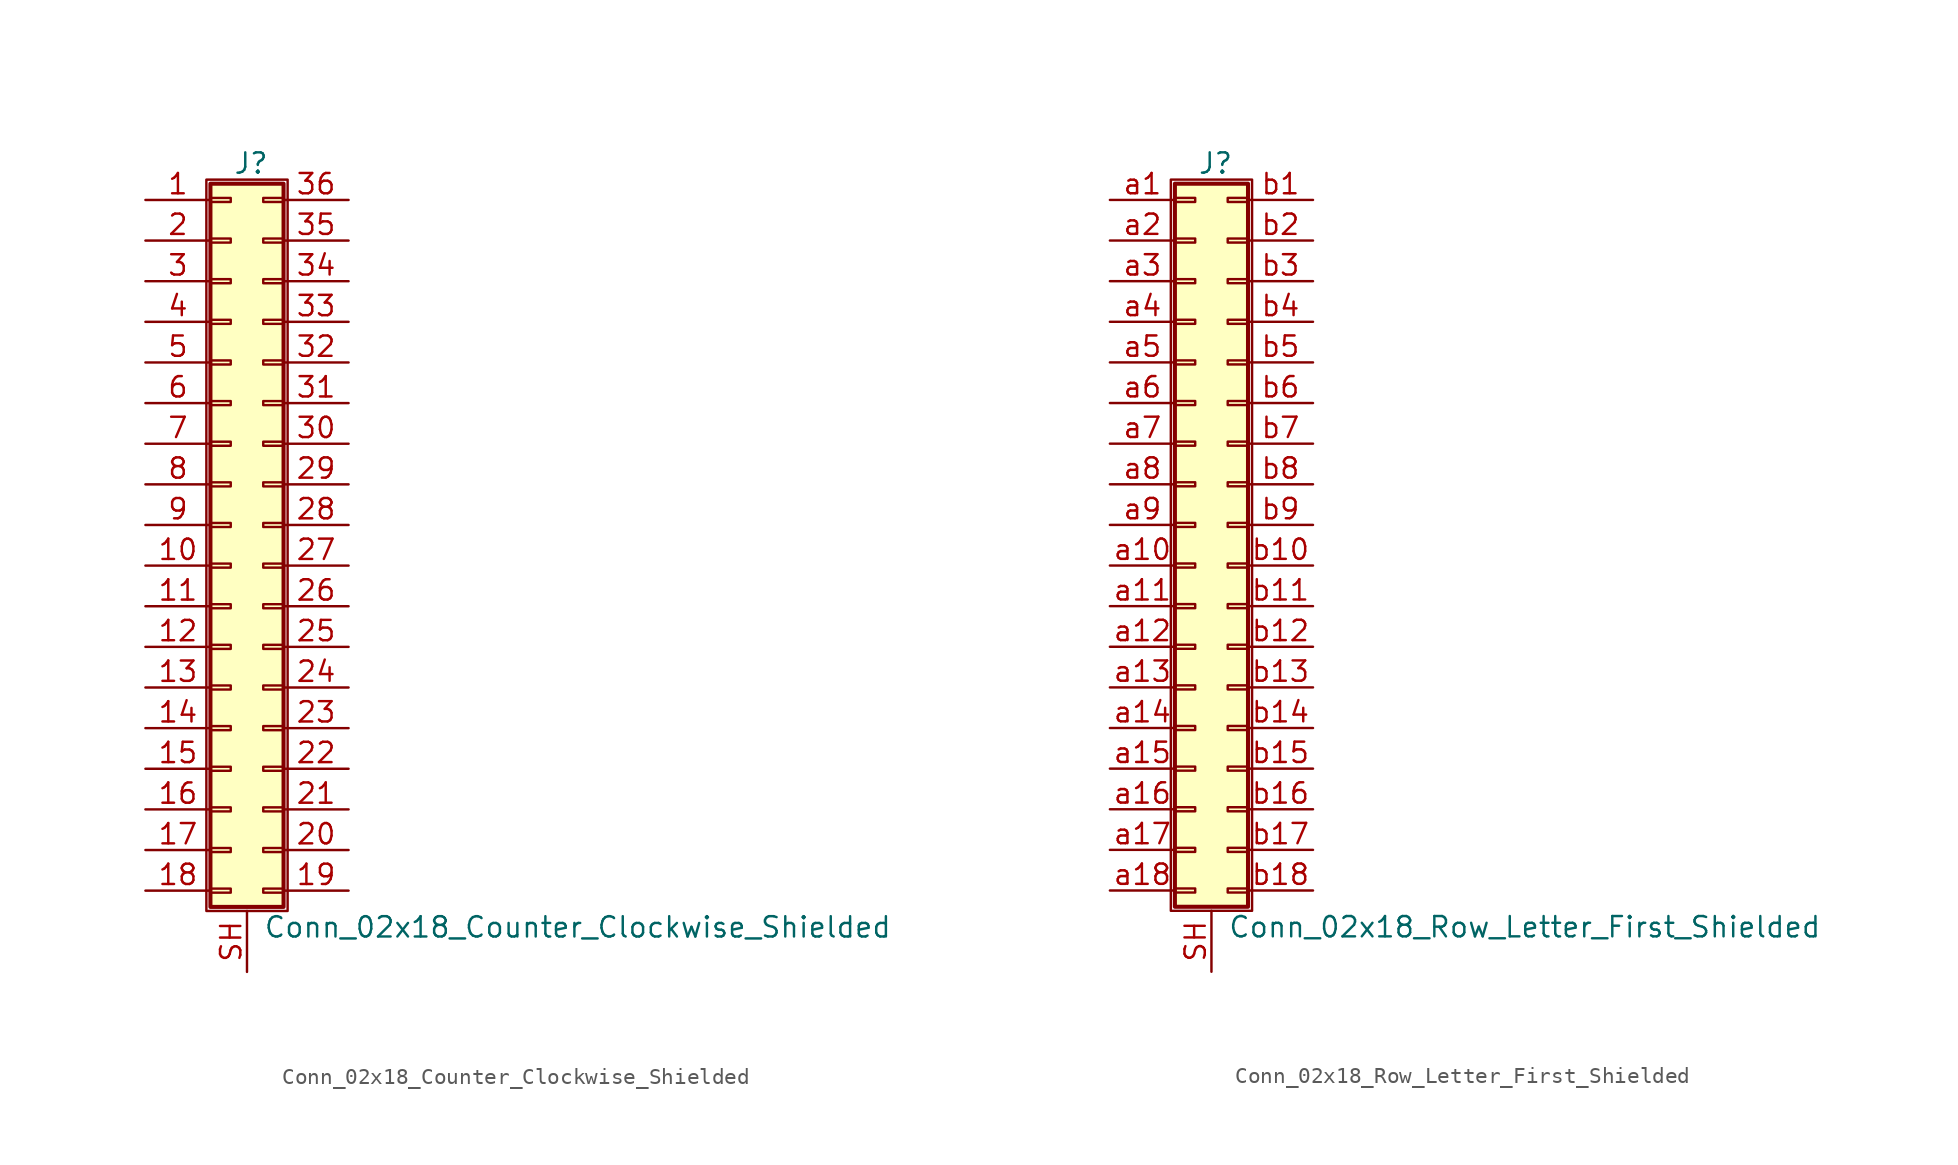
<source format=kicad_sym>
(kicad_symbol_lib
  (version 20220914)
  (generator kicad_symbol_editor)
  (symbol "Conn_02x18_Counter_Clockwise_Shielded"
    (pin_names
      (offset 1.016) hide)
    (property "Reference" "J"
      (at 1.524 22.606 0)
      (effects (font (size 1.27 1.27))))
    (property "Value" "Conn_02x18_Counter_Clockwise_Shielded"
      (at 2.286 -25.146 0)
      (effects (font (size 1.27 1.27)) (justify left)))
    (symbol "Conn_02x18_Counter_Clockwise_Shielded_1_1"
      (rectangle (start -1.27 21.59) (end 3.81 -24.13) (stroke (width 0.152) (type default)) (fill (type none)))
      (rectangle (start -1.016 -22.733) (end 0.254 -22.987) (stroke (width 0.152) (type default)) (fill (type none)))
      (rectangle (start -1.016 -20.193) (end 0.254 -20.447) (stroke (width 0.152) (type default)) (fill (type none)))
      (rectangle (start -1.016 -17.653) (end 0.254 -17.907) (stroke (width 0.152) (type default)) (fill (type none)))
      (rectangle (start -1.016 -15.113) (end 0.254 -15.367) (stroke (width 0.152) (type default)) (fill (type none)))
      (rectangle (start -1.016 -12.573) (end 0.254 -12.827) (stroke (width 0.152) (type default)) (fill (type none)))
      (rectangle (start -1.016 -10.033) (end 0.254 -10.287) (stroke (width 0.152) (type default)) (fill (type none)))
      (rectangle (start -1.016 -7.493) (end 0.254 -7.747) (stroke (width 0.152) (type default)) (fill (type none)))
      (rectangle (start -1.016 -4.953) (end 0.254 -5.207) (stroke (width 0.152) (type default)) (fill (type none)))
      (rectangle (start -1.016 -2.413) (end 0.254 -2.667) (stroke (width 0.152) (type default)) (fill (type none)))
      (rectangle (start -1.016 0.127) (end 0.254 -0.127) (stroke (width 0.152) (type default)) (fill (type none)))
      (rectangle (start -1.016 2.667) (end 0.254 2.413) (stroke (width 0.152) (type default)) (fill (type none)))
      (rectangle (start -1.016 5.207) (end 0.254 4.953) (stroke (width 0.152) (type default)) (fill (type none)))
      (rectangle (start -1.016 7.747) (end 0.254 7.493) (stroke (width 0.152) (type default)) (fill (type none)))
      (rectangle (start -1.016 10.287) (end 0.254 10.033) (stroke (width 0.152) (type default)) (fill (type none)))
      (rectangle (start -1.016 12.827) (end 0.254 12.573) (stroke (width 0.152) (type default)) (fill (type none)))
      (rectangle (start -1.016 15.367) (end 0.254 15.113) (stroke (width 0.152) (type default)) (fill (type none)))
      (rectangle (start -1.016 17.907) (end 0.254 17.653) (stroke (width 0.152) (type default)) (fill (type none)))
      (rectangle (start -1.016 20.447) (end 0.254 20.193) (stroke (width 0.152) (type default)) (fill (type none)))
      (rectangle (start -1.016 21.336) (end 3.556 -23.876) (stroke (width 0.254) (type default)) (fill (type background)))
      (rectangle (start 3.556 -22.733) (end 2.286 -22.987) (stroke (width 0.152) (type default)) (fill (type none)))
      (rectangle (start 3.556 -20.193) (end 2.286 -20.447) (stroke (width 0.152) (type default)) (fill (type none)))
      (rectangle (start 3.556 -17.653) (end 2.286 -17.907) (stroke (width 0.152) (type default)) (fill (type none)))
      (rectangle (start 3.556 -15.113) (end 2.286 -15.367) (stroke (width 0.152) (type default)) (fill (type none)))
      (rectangle (start 3.556 -12.573) (end 2.286 -12.827) (stroke (width 0.152) (type default)) (fill (type none)))
      (rectangle (start 3.556 -10.033) (end 2.286 -10.287) (stroke (width 0.152) (type default)) (fill (type none)))
      (rectangle (start 3.556 -7.493) (end 2.286 -7.747) (stroke (width 0.152) (type default)) (fill (type none)))
      (rectangle (start 3.556 -4.953) (end 2.286 -5.207) (stroke (width 0.152) (type default)) (fill (type none)))
      (rectangle (start 3.556 -2.413) (end 2.286 -2.667) (stroke (width 0.152) (type default)) (fill (type none)))
      (rectangle (start 3.556 0.127) (end 2.286 -0.127) (stroke (width 0.152) (type default)) (fill (type none)))
      (rectangle (start 3.556 2.667) (end 2.286 2.413) (stroke (width 0.152) (type default)) (fill (type none)))
      (rectangle (start 3.556 5.207) (end 2.286 4.953) (stroke (width 0.152) (type default)) (fill (type none)))
      (rectangle (start 3.556 7.747) (end 2.286 7.493) (stroke (width 0.152) (type default)) (fill (type none)))
      (rectangle (start 3.556 10.287) (end 2.286 10.033) (stroke (width 0.152) (type default)) (fill (type none)))
      (rectangle (start 3.556 12.827) (end 2.286 12.573) (stroke (width 0.152) (type default)) (fill (type none)))
      (rectangle (start 3.556 15.367) (end 2.286 15.113) (stroke (width 0.152) (type default)) (fill (type none)))
      (rectangle (start 3.556 17.907) (end 2.286 17.653) (stroke (width 0.152) (type default)) (fill (type none)))
      (rectangle (start 3.556 20.447) (end 2.286 20.193) (stroke (width 0.152) (type default)) (fill (type none)))
      (pin passive line (at -5.08 20.32 0) (length 4.064) (name "Pin_1" (effects (font (size 1.27 1.27)))) (number "1" (effects (font (size 1.27 1.27)))))
      (pin passive line (at -5.08 -2.54 0) (length 4.064) (name "Pin_10" (effects (font (size 1.27 1.27)))) (number "10" (effects (font (size 1.27 1.27)))))
      (pin passive line (at -5.08 -5.08 0) (length 4.064) (name "Pin_11" (effects (font (size 1.27 1.27)))) (number "11" (effects (font (size 1.27 1.27)))))
      (pin passive line (at -5.08 -7.62 0) (length 4.064) (name "Pin_12" (effects (font (size 1.27 1.27)))) (number "12" (effects (font (size 1.27 1.27)))))
      (pin passive line (at -5.08 -10.16 0) (length 4.064) (name "Pin_13" (effects (font (size 1.27 1.27)))) (number "13" (effects (font (size 1.27 1.27)))))
      (pin passive line (at -5.08 -12.7 0) (length 4.064) (name "Pin_14" (effects (font (size 1.27 1.27)))) (number "14" (effects (font (size 1.27 1.27)))))
      (pin passive line (at -5.08 -15.24 0) (length 4.064) (name "Pin_15" (effects (font (size 1.27 1.27)))) (number "15" (effects (font (size 1.27 1.27)))))
      (pin passive line (at -5.08 -17.78 0) (length 4.064) (name "Pin_16" (effects (font (size 1.27 1.27)))) (number "16" (effects (font (size 1.27 1.27)))))
      (pin passive line (at -5.08 -20.32 0) (length 4.064) (name "Pin_17" (effects (font (size 1.27 1.27)))) (number "17" (effects (font (size 1.27 1.27)))))
      (pin passive line (at -5.08 -22.86 0) (length 4.064) (name "Pin_18" (effects (font (size 1.27 1.27)))) (number "18" (effects (font (size 1.27 1.27)))))
      (pin passive line (at 7.62 -22.86 180) (length 4.064) (name "Pin_19" (effects (font (size 1.27 1.27)))) (number "19" (effects (font (size 1.27 1.27)))))
      (pin passive line (at -5.08 17.78 0) (length 4.064) (name "Pin_2" (effects (font (size 1.27 1.27)))) (number "2" (effects (font (size 1.27 1.27)))))
      (pin passive line (at 7.62 -20.32 180) (length 4.064) (name "Pin_20" (effects (font (size 1.27 1.27)))) (number "20" (effects (font (size 1.27 1.27)))))
      (pin passive line (at 7.62 -17.78 180) (length 4.064) (name "Pin_21" (effects (font (size 1.27 1.27)))) (number "21" (effects (font (size 1.27 1.27)))))
      (pin passive line (at 7.62 -15.24 180) (length 4.064) (name "Pin_22" (effects (font (size 1.27 1.27)))) (number "22" (effects (font (size 1.27 1.27)))))
      (pin passive line (at 7.62 -12.7 180) (length 4.064) (name "Pin_23" (effects (font (size 1.27 1.27)))) (number "23" (effects (font (size 1.27 1.27)))))
      (pin passive line (at 7.62 -10.16 180) (length 4.064) (name "Pin_24" (effects (font (size 1.27 1.27)))) (number "24" (effects (font (size 1.27 1.27)))))
      (pin passive line (at 7.62 -7.62 180) (length 4.064) (name "Pin_25" (effects (font (size 1.27 1.27)))) (number "25" (effects (font (size 1.27 1.27)))))
      (pin passive line (at 7.62 -5.08 180) (length 4.064) (name "Pin_26" (effects (font (size 1.27 1.27)))) (number "26" (effects (font (size 1.27 1.27)))))
      (pin passive line (at 7.62 -2.54 180) (length 4.064) (name "Pin_27" (effects (font (size 1.27 1.27)))) (number "27" (effects (font (size 1.27 1.27)))))
      (pin passive line (at 7.62 0 180) (length 4.064) (name "Pin_28" (effects (font (size 1.27 1.27)))) (number "28" (effects (font (size 1.27 1.27)))))
      (pin passive line (at 7.62 2.54 180) (length 4.064) (name "Pin_29" (effects (font (size 1.27 1.27)))) (number "29" (effects (font (size 1.27 1.27)))))
      (pin passive line (at -5.08 15.24 0) (length 4.064) (name "Pin_3" (effects (font (size 1.27 1.27)))) (number "3" (effects (font (size 1.27 1.27)))))
      (pin passive line (at 7.62 5.08 180) (length 4.064) (name "Pin_30" (effects (font (size 1.27 1.27)))) (number "30" (effects (font (size 1.27 1.27)))))
      (pin passive line (at 7.62 7.62 180) (length 4.064) (name "Pin_31" (effects (font (size 1.27 1.27)))) (number "31" (effects (font (size 1.27 1.27)))))
      (pin passive line (at 7.62 10.16 180) (length 4.064) (name "Pin_32" (effects (font (size 1.27 1.27)))) (number "32" (effects (font (size 1.27 1.27)))))
      (pin passive line (at 7.62 12.7 180) (length 4.064) (name "Pin_33" (effects (font (size 1.27 1.27)))) (number "33" (effects (font (size 1.27 1.27)))))
      (pin passive line (at 7.62 15.24 180) (length 4.064) (name "Pin_34" (effects (font (size 1.27 1.27)))) (number "34" (effects (font (size 1.27 1.27)))))
      (pin passive line (at 7.62 17.78 180) (length 4.064) (name "Pin_35" (effects (font (size 1.27 1.27)))) (number "35" (effects (font (size 1.27 1.27)))))
      (pin passive line (at 7.62 20.32 180) (length 4.064) (name "Pin_36" (effects (font (size 1.27 1.27)))) (number "36" (effects (font (size 1.27 1.27)))))
      (pin passive line (at -5.08 12.7 0) (length 4.064) (name "Pin_4" (effects (font (size 1.27 1.27)))) (number "4" (effects (font (size 1.27 1.27)))))
      (pin passive line (at -5.08 10.16 0) (length 4.064) (name "Pin_5" (effects (font (size 1.27 1.27)))) (number "5" (effects (font (size 1.27 1.27)))))
      (pin passive line (at -5.08 7.62 0) (length 4.064) (name "Pin_6" (effects (font (size 1.27 1.27)))) (number "6" (effects (font (size 1.27 1.27)))))
      (pin passive line (at -5.08 5.08 0) (length 4.064) (name "Pin_7" (effects (font (size 1.27 1.27)))) (number "7" (effects (font (size 1.27 1.27)))))
      (pin passive line (at -5.08 2.54 0) (length 4.064) (name "Pin_8" (effects (font (size 1.27 1.27)))) (number "8" (effects (font (size 1.27 1.27)))))
      (pin passive line (at -5.08 0 0) (length 4.064) (name "Pin_9" (effects (font (size 1.27 1.27)))) (number "9" (effects (font (size 1.27 1.27)))))
      (pin passive line (at 1.27 -27.94 90) (length 3.81) (name "Shield" (effects (font (size 1.27 1.27)))) (number "SH" (effects (font (size 1.27 1.27)))))))
  (symbol "Conn_02x18_Row_Letter_First_Shielded"
    (pin_names
      (offset 1.016) hide)
    (property "Reference" "J"
      (at 1.524 22.606 0)
      (effects (font (size 1.27 1.27))))
    (property "Value" "Conn_02x18_Row_Letter_First_Shielded"
      (at 2.286 -25.146 0)
      (effects (font (size 1.27 1.27)) (justify left)))
    (symbol "Conn_02x18_Row_Letter_First_Shielded_1_1"
      (rectangle (start -1.27 21.59) (end 3.81 -24.13) (stroke (width 0.152) (type default)) (fill (type none)))
      (rectangle (start -1.016 -22.733) (end 0.254 -22.987) (stroke (width 0.152) (type default)) (fill (type none)))
      (rectangle (start -1.016 -20.193) (end 0.254 -20.447) (stroke (width 0.152) (type default)) (fill (type none)))
      (rectangle (start -1.016 -17.653) (end 0.254 -17.907) (stroke (width 0.152) (type default)) (fill (type none)))
      (rectangle (start -1.016 -15.113) (end 0.254 -15.367) (stroke (width 0.152) (type default)) (fill (type none)))
      (rectangle (start -1.016 -12.573) (end 0.254 -12.827) (stroke (width 0.152) (type default)) (fill (type none)))
      (rectangle (start -1.016 -10.033) (end 0.254 -10.287) (stroke (width 0.152) (type default)) (fill (type none)))
      (rectangle (start -1.016 -7.493) (end 0.254 -7.747) (stroke (width 0.152) (type default)) (fill (type none)))
      (rectangle (start -1.016 -4.953) (end 0.254 -5.207) (stroke (width 0.152) (type default)) (fill (type none)))
      (rectangle (start -1.016 -2.413) (end 0.254 -2.667) (stroke (width 0.152) (type default)) (fill (type none)))
      (rectangle (start -1.016 0.127) (end 0.254 -0.127) (stroke (width 0.152) (type default)) (fill (type none)))
      (rectangle (start -1.016 2.667) (end 0.254 2.413) (stroke (width 0.152) (type default)) (fill (type none)))
      (rectangle (start -1.016 5.207) (end 0.254 4.953) (stroke (width 0.152) (type default)) (fill (type none)))
      (rectangle (start -1.016 7.747) (end 0.254 7.493) (stroke (width 0.152) (type default)) (fill (type none)))
      (rectangle (start -1.016 10.287) (end 0.254 10.033) (stroke (width 0.152) (type default)) (fill (type none)))
      (rectangle (start -1.016 12.827) (end 0.254 12.573) (stroke (width 0.152) (type default)) (fill (type none)))
      (rectangle (start -1.016 15.367) (end 0.254 15.113) (stroke (width 0.152) (type default)) (fill (type none)))
      (rectangle (start -1.016 17.907) (end 0.254 17.653) (stroke (width 0.152) (type default)) (fill (type none)))
      (rectangle (start -1.016 20.447) (end 0.254 20.193) (stroke (width 0.152) (type default)) (fill (type none)))
      (rectangle (start -1.016 21.336) (end 3.556 -23.876) (stroke (width 0.254) (type default)) (fill (type background)))
      (rectangle (start 3.556 -22.733) (end 2.286 -22.987) (stroke (width 0.152) (type default)) (fill (type none)))
      (rectangle (start 3.556 -20.193) (end 2.286 -20.447) (stroke (width 0.152) (type default)) (fill (type none)))
      (rectangle (start 3.556 -17.653) (end 2.286 -17.907) (stroke (width 0.152) (type default)) (fill (type none)))
      (rectangle (start 3.556 -15.113) (end 2.286 -15.367) (stroke (width 0.152) (type default)) (fill (type none)))
      (rectangle (start 3.556 -12.573) (end 2.286 -12.827) (stroke (width 0.152) (type default)) (fill (type none)))
      (rectangle (start 3.556 -10.033) (end 2.286 -10.287) (stroke (width 0.152) (type default)) (fill (type none)))
      (rectangle (start 3.556 -7.493) (end 2.286 -7.747) (stroke (width 0.152) (type default)) (fill (type none)))
      (rectangle (start 3.556 -4.953) (end 2.286 -5.207) (stroke (width 0.152) (type default)) (fill (type none)))
      (rectangle (start 3.556 -2.413) (end 2.286 -2.667) (stroke (width 0.152) (type default)) (fill (type none)))
      (rectangle (start 3.556 0.127) (end 2.286 -0.127) (stroke (width 0.152) (type default)) (fill (type none)))
      (rectangle (start 3.556 2.667) (end 2.286 2.413) (stroke (width 0.152) (type default)) (fill (type none)))
      (rectangle (start 3.556 5.207) (end 2.286 4.953) (stroke (width 0.152) (type default)) (fill (type none)))
      (rectangle (start 3.556 7.747) (end 2.286 7.493) (stroke (width 0.152) (type default)) (fill (type none)))
      (rectangle (start 3.556 10.287) (end 2.286 10.033) (stroke (width 0.152) (type default)) (fill (type none)))
      (rectangle (start 3.556 12.827) (end 2.286 12.573) (stroke (width 0.152) (type default)) (fill (type none)))
      (rectangle (start 3.556 15.367) (end 2.286 15.113) (stroke (width 0.152) (type default)) (fill (type none)))
      (rectangle (start 3.556 17.907) (end 2.286 17.653) (stroke (width 0.152) (type default)) (fill (type none)))
      (rectangle (start 3.556 20.447) (end 2.286 20.193) (stroke (width 0.152) (type default)) (fill (type none)))
      (pin passive line (at 1.27 -27.94 90) (length 3.81) (name "Shield" (effects (font (size 1.27 1.27)))) (number "SH" (effects (font (size 1.27 1.27)))))
      (pin passive line (at -5.08 20.32 0) (length 4.064) (name "Pin_a1" (effects (font (size 1.27 1.27)))) (number "a1" (effects (font (size 1.27 1.27)))))
      (pin passive line (at -5.08 -2.54 0) (length 4.064) (name "Pin_a10" (effects (font (size 1.27 1.27)))) (number "a10" (effects (font (size 1.27 1.27)))))
      (pin passive line (at -5.08 -5.08 0) (length 4.064) (name "Pin_a11" (effects (font (size 1.27 1.27)))) (number "a11" (effects (font (size 1.27 1.27)))))
      (pin passive line (at -5.08 -7.62 0) (length 4.064) (name "Pin_a12" (effects (font (size 1.27 1.27)))) (number "a12" (effects (font (size 1.27 1.27)))))
      (pin passive line (at -5.08 -10.16 0) (length 4.064) (name "Pin_a13" (effects (font (size 1.27 1.27)))) (number "a13" (effects (font (size 1.27 1.27)))))
      (pin passive line (at -5.08 -12.7 0) (length 4.064) (name "Pin_a14" (effects (font (size 1.27 1.27)))) (number "a14" (effects (font (size 1.27 1.27)))))
      (pin passive line (at -5.08 -15.24 0) (length 4.064) (name "Pin_a15" (effects (font (size 1.27 1.27)))) (number "a15" (effects (font (size 1.27 1.27)))))
      (pin passive line (at -5.08 -17.78 0) (length 4.064) (name "Pin_a16" (effects (font (size 1.27 1.27)))) (number "a16" (effects (font (size 1.27 1.27)))))
      (pin passive line (at -5.08 -20.32 0) (length 4.064) (name "Pin_a17" (effects (font (size 1.27 1.27)))) (number "a17" (effects (font (size 1.27 1.27)))))
      (pin passive line (at -5.08 -22.86 0) (length 4.064) (name "Pin_a18" (effects (font (size 1.27 1.27)))) (number "a18" (effects (font (size 1.27 1.27)))))
      (pin passive line (at -5.08 17.78 0) (length 4.064) (name "Pin_a2" (effects (font (size 1.27 1.27)))) (number "a2" (effects (font (size 1.27 1.27)))))
      (pin passive line (at -5.08 15.24 0) (length 4.064) (name "Pin_a3" (effects (font (size 1.27 1.27)))) (number "a3" (effects (font (size 1.27 1.27)))))
      (pin passive line (at -5.08 12.7 0) (length 4.064) (name "Pin_a4" (effects (font (size 1.27 1.27)))) (number "a4" (effects (font (size 1.27 1.27)))))
      (pin passive line (at -5.08 10.16 0) (length 4.064) (name "Pin_a5" (effects (font (size 1.27 1.27)))) (number "a5" (effects (font (size 1.27 1.27)))))
      (pin passive line (at -5.08 7.62 0) (length 4.064) (name "Pin_a6" (effects (font (size 1.27 1.27)))) (number "a6" (effects (font (size 1.27 1.27)))))
      (pin passive line (at -5.08 5.08 0) (length 4.064) (name "Pin_a7" (effects (font (size 1.27 1.27)))) (number "a7" (effects (font (size 1.27 1.27)))))
      (pin passive line (at -5.08 2.54 0) (length 4.064) (name "Pin_a8" (effects (font (size 1.27 1.27)))) (number "a8" (effects (font (size 1.27 1.27)))))
      (pin passive line (at -5.08 0 0) (length 4.064) (name "Pin_a9" (effects (font (size 1.27 1.27)))) (number "a9" (effects (font (size 1.27 1.27)))))
      (pin passive line (at 7.62 20.32 180) (length 4.064) (name "Pin_b1" (effects (font (size 1.27 1.27)))) (number "b1" (effects (font (size 1.27 1.27)))))
      (pin passive line (at 7.62 -2.54 180) (length 4.064) (name "Pin_b10" (effects (font (size 1.27 1.27)))) (number "b10" (effects (font (size 1.27 1.27)))))
      (pin passive line (at 7.62 -5.08 180) (length 4.064) (name "Pin_b11" (effects (font (size 1.27 1.27)))) (number "b11" (effects (font (size 1.27 1.27)))))
      (pin passive line (at 7.62 -7.62 180) (length 4.064) (name "Pin_b12" (effects (font (size 1.27 1.27)))) (number "b12" (effects (font (size 1.27 1.27)))))
      (pin passive line (at 7.62 -10.16 180) (length 4.064) (name "Pin_b13" (effects (font (size 1.27 1.27)))) (number "b13" (effects (font (size 1.27 1.27)))))
      (pin passive line (at 7.62 -12.7 180) (length 4.064) (name "Pin_b14" (effects (font (size 1.27 1.27)))) (number "b14" (effects (font (size 1.27 1.27)))))
      (pin passive line (at 7.62 -15.24 180) (length 4.064) (name "Pin_b15" (effects (font (size 1.27 1.27)))) (number "b15" (effects (font (size 1.27 1.27)))))
      (pin passive line (at 7.62 -17.78 180) (length 4.064) (name "Pin_b16" (effects (font (size 1.27 1.27)))) (number "b16" (effects (font (size 1.27 1.27)))))
      (pin passive line (at 7.62 -20.32 180) (length 4.064) (name "Pin_b17" (effects (font (size 1.27 1.27)))) (number "b17" (effects (font (size 1.27 1.27)))))
      (pin passive line (at 7.62 -22.86 180) (length 4.064) (name "Pin_b18" (effects (font (size 1.27 1.27)))) (number "b18" (effects (font (size 1.27 1.27)))))
      (pin passive line (at 7.62 17.78 180) (length 4.064) (name "Pin_b2" (effects (font (size 1.27 1.27)))) (number "b2" (effects (font (size 1.27 1.27)))))
      (pin passive line (at 7.62 15.24 180) (length 4.064) (name "Pin_b3" (effects (font (size 1.27 1.27)))) (number "b3" (effects (font (size 1.27 1.27)))))
      (pin passive line (at 7.62 12.7 180) (length 4.064) (name "Pin_b4" (effects (font (size 1.27 1.27)))) (number "b4" (effects (font (size 1.27 1.27)))))
      (pin passive line (at 7.62 10.16 180) (length 4.064) (name "Pin_b5" (effects (font (size 1.27 1.27)))) (number "b5" (effects (font (size 1.27 1.27)))))
      (pin passive line (at 7.62 7.62 180) (length 4.064) (name "Pin_b6" (effects (font (size 1.27 1.27)))) (number "b6" (effects (font (size 1.27 1.27)))))
      (pin passive line (at 7.62 5.08 180) (length 4.064) (name "Pin_b7" (effects (font (size 1.27 1.27)))) (number "b7" (effects (font (size 1.27 1.27)))))
      (pin passive line (at 7.62 2.54 180) (length 4.064) (name "Pin_b8" (effects (font (size 1.27 1.27)))) (number "b8" (effects (font (size 1.27 1.27)))))
      (pin passive line (at 7.62 0 180) (length 4.064) (name "Pin_b9" (effects (font (size 1.27 1.27)))) (number "b9" (effects (font (size 1.27 1.27))))))))
</source>
